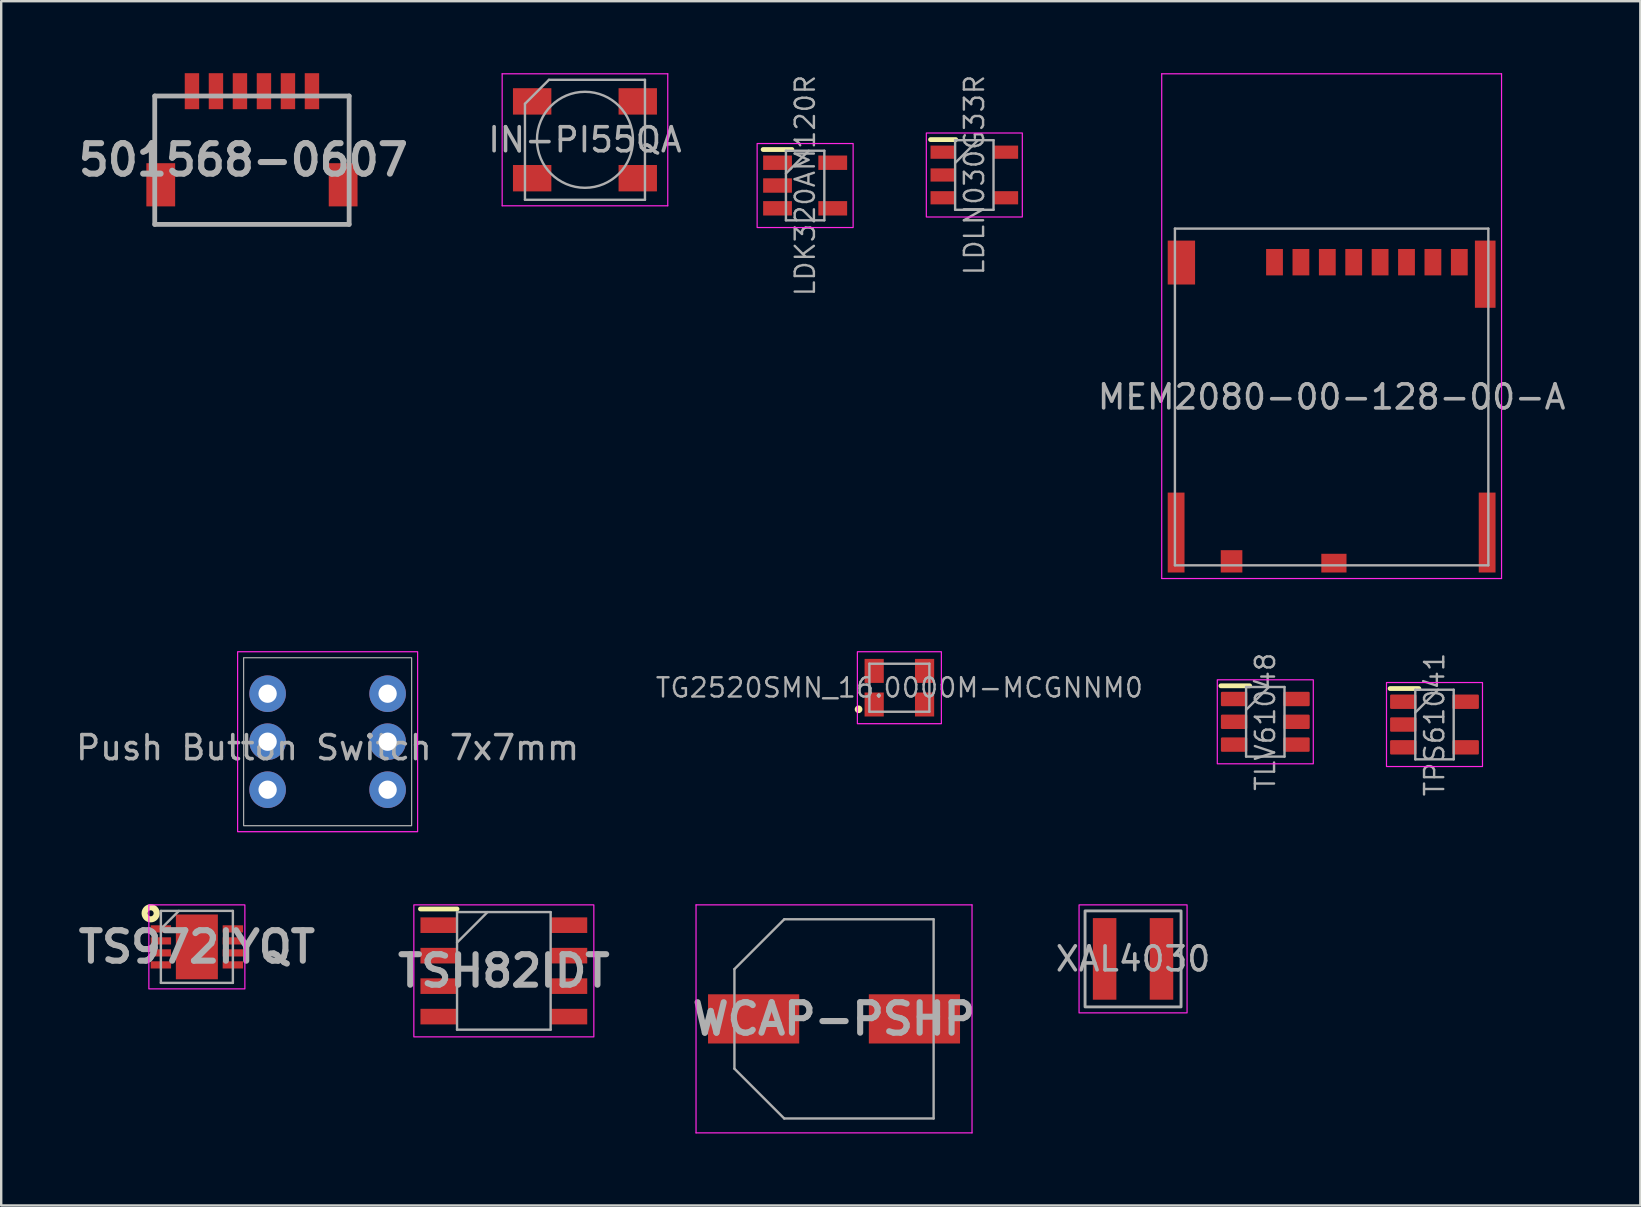
<source format=kicad_pcb>
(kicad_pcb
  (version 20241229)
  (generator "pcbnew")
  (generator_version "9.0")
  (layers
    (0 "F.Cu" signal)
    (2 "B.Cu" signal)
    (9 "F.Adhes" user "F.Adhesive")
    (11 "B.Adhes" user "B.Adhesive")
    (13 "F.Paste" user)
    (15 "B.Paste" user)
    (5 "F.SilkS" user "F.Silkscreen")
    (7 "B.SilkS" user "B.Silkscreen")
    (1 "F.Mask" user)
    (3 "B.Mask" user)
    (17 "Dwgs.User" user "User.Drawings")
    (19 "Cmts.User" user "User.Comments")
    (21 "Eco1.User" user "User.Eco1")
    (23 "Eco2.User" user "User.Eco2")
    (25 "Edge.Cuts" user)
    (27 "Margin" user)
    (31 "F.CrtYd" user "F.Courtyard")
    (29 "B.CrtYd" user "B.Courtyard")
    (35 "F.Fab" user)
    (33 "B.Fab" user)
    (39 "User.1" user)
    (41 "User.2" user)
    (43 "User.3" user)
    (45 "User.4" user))
  (footprint "LDK320AM120R"
    (layer "F.Cu")
    (at 30.498 4.68)
    (property "Reference" "LDK320AM120R" (at 0 0 90) (layer "F.Fab") (effects (font (size 0.8 0.8) (thickness 0.1))))
    (attr smd)
    (fp_line (start -1.75 -1.5) (end -0.55 -1.5) (stroke (width 0.2) (type solid)) (layer "F.SilkS"))
    (fp_rect (start -2 -1.75) (end 2 1.75) (stroke (width 0.05) (type default)) (fill no) (layer "F.CrtYd"))
    (fp_line (start -0.8 -1.45) (end 0.8 -1.45) (stroke (width 0.1) (type solid)) (layer "F.Fab"))
    (fp_line (start -0.8 -0.5) (end 0.15 -1.45) (stroke (width 0.1) (type solid)) (layer "F.Fab"))
    (fp_line (start -0.8 1.45) (end -0.8 -1.45) (stroke (width 0.1) (type solid)) (layer "F.Fab"))
    (fp_line (start 0.8 -1.45) (end 0.8 1.45) (stroke (width 0.1) (type solid)) (layer "F.Fab"))
    (fp_line (start 0.8 1.45) (end -0.8 1.45) (stroke (width 0.1) (type solid)) (layer "F.Fab"))
    (pad "" smd rect (at 1.15 0.95 90) (size 0.6 1.2) (layers "F.Cu" "F.Mask" "F.Paste"))
    (pad "1" smd rect (at -1.15 -0.95 90) (size 0.6 1.2) (layers "F.Cu" "F.Mask" "F.Paste"))
    (pad "2" smd rect (at -1.15 0 90) (size 0.6 1.2) (layers "F.Cu" "F.Mask" "F.Paste"))
    (pad "3" smd rect (at -1.15 0.95 90) (size 0.6 1.2) (layers "F.Cu" "F.Mask" "F.Paste"))
    (pad "5" smd rect (at 1.15 -0.95 90) (size 0.6 1.2) (layers "F.Cu" "F.Mask" "F.Paste")))
  (footprint "TSH82IDT"
    (layer "F.Cu")
    (at 17.944 37.405)
    (property "Reference" "TSH82IDT" (at 0 0 0) (layer "F.Fab") (effects (font (size 1.27 1.27) (thickness 0.254))))
    (attr smd)
    (fp_line (start -3.475 -2.58) (end -1.95 -2.58) (stroke (width 0.2) (type solid)) (layer "F.SilkS"))
    (fp_rect (start -3.75 -2.75) (end 3.75 2.75) (stroke (width 0.05) (type solid)) (fill no) (layer "F.CrtYd"))
    (fp_line (start -1.95 -2.45) (end 1.95 -2.45) (stroke (width 0.1) (type solid)) (layer "F.Fab"))
    (fp_line (start -1.95 -1.18) (end -0.68 -2.45) (stroke (width 0.1) (type solid)) (layer "F.Fab"))
    (fp_line (start -1.95 2.45) (end -1.95 -2.45) (stroke (width 0.1) (type solid)) (layer "F.Fab"))
    (fp_line (start 1.95 -2.45) (end 1.95 2.45) (stroke (width 0.1) (type solid)) (layer "F.Fab"))
    (fp_line (start 1.95 2.45) (end -1.95 2.45) (stroke (width 0.1) (type solid)) (layer "F.Fab"))
    (pad "1" smd rect (at -2.712 -1.905 90) (size 0.65 1.525) (layers "F.Cu" "F.Mask" "F.Paste"))
    (pad "2" smd rect (at -2.712 -0.635 90) (size 0.65 1.525) (layers "F.Cu" "F.Mask" "F.Paste"))
    (pad "3" smd rect (at -2.712 0.635 90) (size 0.65 1.525) (layers "F.Cu" "F.Mask" "F.Paste"))
    (pad "4" smd rect (at -2.712 1.905 90) (size 0.65 1.525) (layers "F.Cu" "F.Mask" "F.Paste"))
    (pad "5" smd rect (at 2.712 1.905 90) (size 0.65 1.525) (layers "F.Cu" "F.Mask" "F.Paste"))
    (pad "6" smd rect (at 2.712 0.635 90) (size 0.65 1.525) (layers "F.Cu" "F.Mask" "F.Paste"))
    (pad "7" smd rect (at 2.712 -0.635 90) (size 0.65 1.525) (layers "F.Cu" "F.Mask" "F.Paste"))
    (pad "8" smd rect (at 2.712 -1.905 90) (size 0.65 1.525) (layers "F.Cu" "F.Mask" "F.Paste")))
  (footprint "TG2520SMN_16.0000M-MCGNNM0"
    (layer "F.Cu")
    (at 34.425 25.605)
    (property "Reference" "TG2520SMN_16.0000M-MCGNNM0" (at 0 0 0) (layer "F.Fab") (effects (font (size 0.8 0.8) (thickness 0.1))))
    (attr smd)
    (fp_circle (center -1.7 0.9) (end -1.6 0.9) (stroke (width 0.12) (type solid)) (fill yes) (layer "F.SilkS"))
    (fp_rect (start -1.75 -1.5) (end 1.75 1.5) (stroke (width 0.05) (type default)) (fill no) (layer "F.CrtYd"))
    (fp_line (start -1.25 -1) (end 1.25 -1) (stroke (width 0.1) (type solid)) (layer "F.Fab"))
    (fp_line (start -1.25 1) (end -1.25 -1) (stroke (width 0.1) (type solid)) (layer "F.Fab"))
    (fp_line (start 1.25 -1) (end 1.25 1) (stroke (width 0.1) (type solid)) (layer "F.Fab"))
    (fp_line (start 1.25 1) (end -1.25 1) (stroke (width 0.1) (type solid)) (layer "F.Fab"))
    (pad "1" smd rect (at -1.05 0.7) (size 0.8 1) (layers "F.Cu" "F.Mask" "F.Paste"))
    (pad "2" smd rect (at 1.05 0.7) (size 0.8 1) (layers "F.Cu" "F.Mask" "F.Paste"))
    (pad "3" smd rect (at 1.05 -0.7) (size 0.8 1) (layers "F.Cu" "F.Mask" "F.Paste"))
    (pad "4" smd rect (at -1.05 -0.7) (size 0.8 1) (layers "F.Cu" "F.Mask" "F.Paste")))
  (footprint "Push Button Switch 7x7mm"
    (layer "F.Cu")
    (at 7.101 24.355)
    (property "Reference" "Push Button Switch 7x7mm" (at 3.5 3.75 0) (unlocked yes) (layer "F.Fab") (effects (font (size 1 1) (thickness 0.15))))
    (attr through_hole)
    (fp_rect (start -0.25 -0.25) (end 7.25 7.25) (stroke (width 0.05) (type default)) (fill no) (layer "F.CrtYd"))
    (fp_rect (start 0 0) (end 7 7) (stroke (width 0.05) (type default)) (fill no) (layer "F.Fab"))
    (pad "1" thru_hole circle (at 1 1.5) (size 1.524 1.524) (drill 0.762) (layers "*.Cu" "*.Mask"))
    (pad "1" thru_hole circle (at 6 1.5) (size 1.524 1.524) (drill 0.762) (layers "*.Cu" "*.Mask"))
    (pad "2" thru_hole circle (at 1 3.5) (size 1.524 1.524) (drill 0.762) (layers "*.Cu" "*.Mask"))
    (pad "2" thru_hole circle (at 6 3.5) (size 1.524 1.524) (drill 0.762) (layers "*.Cu" "*.Mask"))
    (pad "3" thru_hole circle (at 1 5.5) (size 1.524 1.524) (drill 0.762) (layers "*.Cu" "*.Mask"))
    (pad "3" thru_hole circle (at 6 5.5) (size 1.524 1.524) (drill 0.762) (layers "*.Cu" "*.Mask")))
  (footprint "TPS61041"
    (layer "F.Cu")
    (at 56.722 27.14)
    (property "Reference" "TPS61041" (at 0 0 90) (layer "F.Fab") (effects (font (size 0.8 0.8) (thickness 0.1))))
    (attr smd)
    (fp_line (start -1.85 -1.5) (end -0.65 -1.5) (stroke (width 0.2) (type solid)) (layer "F.SilkS"))
    (fp_rect (start -2 -1.75) (end 2 1.75) (stroke (width 0.05) (type default)) (fill no) (layer "F.CrtYd"))
    (fp_line (start -0.8 -1.45) (end 0.8 -1.45) (stroke (width 0.1) (type solid)) (layer "F.Fab"))
    (fp_line (start -0.8 -0.5) (end 0.15 -1.45) (stroke (width 0.1) (type solid)) (layer "F.Fab"))
    (fp_line (start -0.8 1.45) (end -0.8 -1.45) (stroke (width 0.1) (type solid)) (layer "F.Fab"))
    (fp_line (start 0.8 -1.45) (end 0.8 1.45) (stroke (width 0.1) (type solid)) (layer "F.Fab"))
    (fp_line (start 0.8 1.45) (end -0.8 1.45) (stroke (width 0.1) (type solid)) (layer "F.Fab"))
    (pad "1" smd roundrect (at -1.3 -0.95 90) (size 0.6 1.1) (layers "F.Cu" "F.Mask" "F.Paste") (roundrect_rratio 0.083))
    (pad "2" smd roundrect (at -1.3 0 90) (size 0.6 1.1) (layers "F.Cu" "F.Mask" "F.Paste") (roundrect_rratio 0.083))
    (pad "3" smd roundrect (at -1.3 0.95 90) (size 0.6 1.1) (layers "F.Cu" "F.Mask" "F.Paste") (roundrect_rratio 0.083))
    (pad "4" smd roundrect (at 1.3 0.95 90) (size 0.6 1.1) (layers "F.Cu" "F.Mask" "F.Paste") (roundrect_rratio 0.083))
    (pad "5" smd roundrect (at 1.3 -0.95 90) (size 0.6 1.1) (layers "F.Cu" "F.Mask" "F.Paste") (roundrect_rratio 0.083)))
  (footprint "LDLN030G33R"
    (layer "F.Cu")
    (at 37.548 4.241)
    (property "Reference" "LDLN030G33R" (at 0 0 90) (layer "F.Fab") (effects (font (size 0.8 0.8) (thickness 0.1))))
    (attr smd)
    (fp_line (start -1.825 -1.475) (end -0.775 -1.475) (stroke (width 0.2) (type solid)) (layer "F.SilkS"))
    (fp_rect (start -2 -1.75) (end 2 1.75) (stroke (width 0.05) (type default)) (fill no) (layer "F.CrtYd"))
    (fp_line (start -0.8 -1.45) (end 0.8 -1.45) (stroke (width 0.1) (type solid)) (layer "F.Fab"))
    (fp_line (start -0.8 -0.5) (end 0.15 -1.45) (stroke (width 0.1) (type solid)) (layer "F.Fab"))
    (fp_line (start -0.8 1.45) (end -0.8 -1.45) (stroke (width 0.1) (type solid)) (layer "F.Fab"))
    (fp_line (start 0.8 -1.45) (end 0.8 1.45) (stroke (width 0.1) (type solid)) (layer "F.Fab"))
    (fp_line (start 0.8 1.45) (end -0.8 1.45) (stroke (width 0.1) (type solid)) (layer "F.Fab"))
    (pad "1" smd rect (at -1.3 -0.95 90) (size 0.55 1.05) (layers "F.Cu" "F.Mask" "F.Paste"))
    (pad "2" smd rect (at -1.3 0 90) (size 0.55 1.05) (layers "F.Cu" "F.Mask" "F.Paste"))
    (pad "3" smd rect (at -1.3 0.95 90) (size 0.55 1.05) (layers "F.Cu" "F.Mask" "F.Paste"))
    (pad "4" smd rect (at 1.3 0.95 90) (size 0.55 1.05) (layers "F.Cu" "F.Mask" "F.Paste"))
    (pad "5" smd rect (at 1.3 -0.95 90) (size 0.55 1.05) (layers "F.Cu" "F.Mask" "F.Paste")))
  (footprint "TS972IYQT"
    (layer "F.Cu")
    (at 5.153 36.405)
    (property "Reference" "TS972IYQT" (at 0 0 0) (layer "F.Fab") (effects (font (size 1.27 1.27) (thickness 0.254))))
    (attr smd)
    (fp_circle (center -1.925 -1.4) (end -1.8 -1.4) (stroke (width 0.254) (type solid)) (fill no) (layer "F.SilkS"))
    (fp_rect (start -2 -1.75) (end 2 1.75) (stroke (width 0.05) (type default)) (fill no) (layer "F.CrtYd"))
    (fp_line (start -1.5 -1.5) (end 1.5 -1.5) (stroke (width 0.1) (type solid)) (layer "F.Fab"))
    (fp_line (start -1.5 -0.75) (end -0.75 -1.5) (stroke (width 0.1) (type solid)) (layer "F.Fab"))
    (fp_line (start -1.5 1.5) (end -1.5 -1.5) (stroke (width 0.1) (type solid)) (layer "F.Fab"))
    (fp_line (start 1.5 -1.5) (end 1.5 1.5) (stroke (width 0.1) (type solid)) (layer "F.Fab"))
    (fp_line (start 1.5 1.5) (end -1.5 1.5) (stroke (width 0.1) (type solid)) (layer "F.Fab"))
    (pad "1" smd rect (at -1.5 -0.75 90) (size 0.3 0.85) (layers "F.Cu" "F.Mask" "F.Paste"))
    (pad "2" smd rect (at -1.5 -0.25 90) (size 0.3 0.85) (layers "F.Cu" "F.Mask" "F.Paste"))
    (pad "3" smd rect (at -1.5 0.25 90) (size 0.3 0.85) (layers "F.Cu" "F.Mask" "F.Paste"))
    (pad "4" smd rect (at -1.5 0.75 90) (size 0.3 0.85) (layers "F.Cu" "F.Mask" "F.Paste"))
    (pad "5" smd rect (at 1.5 0.75 90) (size 0.3 0.85) (layers "F.Cu" "F.Mask" "F.Paste"))
    (pad "6" smd rect (at 1.5 0.25 90) (size 0.3 0.85) (layers "F.Cu" "F.Mask" "F.Paste"))
    (pad "7" smd rect (at 1.5 -0.25 90) (size 0.3 0.85) (layers "F.Cu" "F.Mask" "F.Paste"))
    (pad "8" smd rect (at 1.5 -0.75 90) (size 0.3 0.85) (layers "F.Cu" "F.Mask" "F.Paste"))
    (pad "9" smd rect (at 0 0) (size 1.75 2.7) (layers "F.Cu" "F.Mask" "F.Paste")))
  (footprint "501568-0607"
    (layer "F.Cu")
    (at 7.448 0.95)
    (property "Reference" "501568-0607" (at -0.36 2.661 0) (layer "F.Fab") (effects (font (size 1.27 1.27) (thickness 0.254))))
    (attr smd)
    (fp_line (start -4.05 0) (end 4.05 0) (stroke (width 0.2) (type solid)) (layer "F.Fab"))
    (fp_line (start -4.05 5.35) (end -4.05 0) (stroke (width 0.2) (type solid)) (layer "F.Fab"))
    (fp_line (start 4.05 0) (end 4.05 5.35) (stroke (width 0.2) (type solid)) (layer "F.Fab"))
    (fp_line (start 4.05 5.35) (end -4.05 5.35) (stroke (width 0.2) (type solid)) (layer "F.Fab"))
    (pad "1" smd rect (at -2.5 -0.2) (size 0.6 1.5) (layers "F.Cu" "F.Mask" "F.Paste"))
    (pad "2" smd rect (at -1.5 -0.2) (size 0.6 1.5) (layers "F.Cu" "F.Mask" "F.Paste"))
    (pad "3" smd rect (at -0.5 -0.2) (size 0.6 1.5) (layers "F.Cu" "F.Mask" "F.Paste"))
    (pad "4" smd rect (at 0.5 -0.2) (size 0.6 1.5) (layers "F.Cu" "F.Mask" "F.Paste"))
    (pad "5" smd rect (at 1.5 -0.2) (size 0.6 1.5) (layers "F.Cu" "F.Mask" "F.Paste"))
    (pad "6" smd rect (at 2.5 -0.2) (size 0.6 1.5) (layers "F.Cu" "F.Mask" "F.Paste"))
    (pad "7" smd rect (at -3.8 3.7) (size 1.2 1.8) (layers "F.Cu" "F.Mask" "F.Paste"))
    (pad "8" smd rect (at 3.8 3.7) (size 1.2 1.8) (layers "F.Cu" "F.Mask" "F.Paste")))
  (footprint "MEM2080-00-128-00-A"
    (layer "F.Cu")
    (at 52.436 13.49)
    (property "Reference" "MEM2080-00-128-00-A" (at 0 0 0) (layer "F.Fab") (effects (font (size 1 1) (thickness 0.15))))
    (attr through_hole)
    (fp_line (start -7.08 -13.465) (end -7.08 7.565) (stroke (width 0.05) (type solid)) (layer "F.CrtYd"))
    (fp_line (start -7.08 7.565) (end 7.08 7.565) (stroke (width 0.05) (type solid)) (layer "F.CrtYd"))
    (fp_line (start 7.08 -13.465) (end -7.08 -13.465) (stroke (width 0.05) (type solid)) (layer "F.CrtYd"))
    (fp_line (start 7.08 7.565) (end 7.08 -13.465) (stroke (width 0.05) (type solid)) (layer "F.CrtYd"))
    (fp_line (start -6.53 -7.015) (end 6.53 -7.015) (stroke (width 0.1) (type solid)) (layer "F.Fab"))
    (fp_line (start -6.53 7.015) (end -6.53 -7.015) (stroke (width 0.1) (type solid)) (layer "F.Fab"))
    (fp_line (start 6.53 -7.015) (end 6.53 7.015) (stroke (width 0.1) (type solid)) (layer "F.Fab"))
    (fp_line (start 6.53 7.015) (end -6.53 7.015) (stroke (width 0.1) (type solid)) (layer "F.Fab"))
    (pad "" smd rect (at -6.48 5.65) (size 0.7 3.33) (layers "F.Cu" "F.Mask" "F.Paste"))
    (pad "" smd rect (at -6.26 -5.6) (size 1.14 1.83) (layers "F.Cu" "F.Mask" "F.Paste"))
    (pad "" smd rect (at 6.4 -5.115) (size 0.86 2.8) (layers "F.Cu" "F.Mask" "F.Paste"))
    (pad "" smd rect (at 6.48 5.65) (size 0.7 3.33) (layers "F.Cu" "F.Mask" "F.Paste"))
    (pad "DSW1" smd rect (at -4.17 6.85) (size 0.9 0.93) (layers "F.Cu" "F.Mask" "F.Paste"))
    (pad "DSW2" smd rect (at 0.095 6.925) (size 1.05 0.78) (layers "F.Cu" "F.Mask" "F.Paste"))
    (pad "P1" smd rect (at -2.38 -5.615) (size 0.7 1.1) (layers "F.Cu" "F.Mask" "F.Paste"))
    (pad "P2" smd rect (at -1.28 -5.615) (size 0.7 1.1) (layers "F.Cu" "F.Mask" "F.Paste"))
    (pad "P3" smd rect (at -0.18 -5.615) (size 0.7 1.1) (layers "F.Cu" "F.Mask" "F.Paste"))
    (pad "P4" smd rect (at 0.92 -5.615) (size 0.7 1.1) (layers "F.Cu" "F.Mask" "F.Paste"))
    (pad "P5" smd rect (at 2.02 -5.615) (size 0.7 1.1) (layers "F.Cu" "F.Mask" "F.Paste"))
    (pad "P6" smd rect (at 3.12 -5.615) (size 0.7 1.1) (layers "F.Cu" "F.Mask" "F.Paste"))
    (pad "P7" smd rect (at 4.22 -5.615) (size 0.7 1.1) (layers "F.Cu" "F.Mask" "F.Paste"))
    (pad "P8" smd rect (at 5.32 -5.615) (size 0.7 1.1) (layers "F.Cu" "F.Mask" "F.Paste"))
    (zone (net_name "") (layer "F.Cu") (hatch full 0.508) (connect_pads) (min_thickness 0.01) (filled_areas_thickness no) (keepout (tracks not_allowed) (vias not_allowed) (pads not_allowed) (copperpour not_allowed) (footprints allowed)) (placement (enabled no)) (fill) (polygon (pts (xy 54.406 17.475) (xy 49.406 17.475) (xy 49.406 12.025) (xy 58.406 12.025) (xy 58.406 19.875) (xy 54.406 19.875))))
    (zone (net_name "") (layers "F.Cu" "B.Cu") (hatch full 0.508) (connect_pads) (min_thickness 0.01) (filled_areas_thickness no) (keepout (tracks allowed) (vias not_allowed) (pads allowed) (copperpour allowed) (footprints allowed)) (placement (enabled no)) (fill) (polygon (pts (xy 54.406 17.475) (xy 49.406 17.475) (xy 49.406 12.025) (xy 58.406 12.025) (xy 58.406 19.875) (xy 54.406 19.875)))))
  (footprint "TLV61048"
    (layer "F.Cu")
    (at 49.672 27.026)
    (property "Reference" "TLV61048" (at 0 0 90) (layer "F.Fab") (effects (font (size 0.8 0.8) (thickness 0.1))))
    (attr smd)
    (fp_line (start -1.85 -1.5) (end -0.65 -1.5) (stroke (width 0.2) (type solid)) (layer "F.SilkS"))
    (fp_rect (start -2 -1.75) (end 2 1.75) (stroke (width 0.05) (type default)) (fill no) (layer "F.CrtYd"))
    (fp_line (start -0.8 -1.45) (end 0.8 -1.45) (stroke (width 0.1) (type solid)) (layer "F.Fab"))
    (fp_line (start -0.8 -0.5) (end 0.15 -1.45) (stroke (width 0.1) (type solid)) (layer "F.Fab"))
    (fp_line (start -0.8 1.45) (end -0.8 -1.45) (stroke (width 0.1) (type solid)) (layer "F.Fab"))
    (fp_line (start 0.8 -1.45) (end 0.8 1.45) (stroke (width 0.1) (type solid)) (layer "F.Fab"))
    (fp_line (start 0.8 1.45) (end -0.8 1.45) (stroke (width 0.1) (type solid)) (layer "F.Fab"))
    (pad "1" smd roundrect (at -1.3 -0.95 90) (size 0.6 1.1) (layers "F.Cu" "F.Mask" "F.Paste") (roundrect_rratio 0.083))
    (pad "2" smd roundrect (at -1.3 0 90) (size 0.6 1.1) (layers "F.Cu" "F.Mask" "F.Paste") (roundrect_rratio 0.083))
    (pad "3" smd roundrect (at -1.3 0.95 90) (size 0.6 1.1) (layers "F.Cu" "F.Mask" "F.Paste") (roundrect_rratio 0.083))
    (pad "4" smd roundrect (at 1.3 0.95 90) (size 0.6 1.1) (layers "F.Cu" "F.Mask" "F.Paste") (roundrect_rratio 0.083))
    (pad "5" smd roundrect (at 1.3 0 90) (size 0.6 1.1) (layers "F.Cu" "F.Mask" "F.Paste") (roundrect_rratio 0.083))
    (pad "6" smd roundrect (at 1.3 -0.95 90) (size 0.6 1.1) (layers "F.Cu" "F.Mask" "F.Paste") (roundrect_rratio 0.083)))
  (footprint "XAL4030"
    (layer "F.Cu")
    (at 44.162 36.905)
    (property "Reference" "XAL4030" (at 0 0 0) (unlocked yes) (layer "F.Fab") (effects (font (size 1 1) (thickness 0.15))))
    (attr smd)
    (fp_rect (start -2.25 -2.25) (end 2.25 2.25) (stroke (width 0.05) (type default)) (fill no) (layer "F.CrtYd"))
    (fp_rect (start -2 -2) (end 2 2) (stroke (width 0.12) (type default)) (fill no) (layer "F.Fab"))
    (pad "1" smd rect (at -1.185 0) (size 0.98 3.4) (layers "F.Cu" "F.Mask" "F.Paste"))
    (pad "2" smd rect (at 1.185 0) (size 0.98 3.4) (layers "F.Cu" "F.Mask" "F.Paste")))
  (footprint "WCAP-PSHP"
    (layer "F.Cu")
    (at 31.702 39.405)
    (property "Reference" "WCAP-PSHP" (at 0 0 0) (layer "F.Fab") (effects (font (size 1.27 1.27) (thickness 0.254))))
    (attr smd)
    (fp_line (start -5.75 -4.75) (end 5.75 -4.75) (stroke (width 0.05) (type solid)) (layer "F.CrtYd"))
    (fp_line (start -5.75 4.75) (end -5.75 -4.75) (stroke (width 0.05) (type solid)) (layer "F.CrtYd"))
    (fp_line (start 5.75 -4.75) (end 5.75 4.75) (stroke (width 0.05) (type solid)) (layer "F.CrtYd"))
    (fp_line (start 5.75 4.75) (end -5.75 4.75) (stroke (width 0.05) (type solid)) (layer "F.CrtYd"))
    (fp_line (start -4.15 -2.075) (end -4.15 2.075) (stroke (width 0.1) (type solid)) (layer "F.Fab"))
    (fp_line (start -4.15 2.075) (end -2.075 4.15) (stroke (width 0.1) (type solid)) (layer "F.Fab"))
    (fp_line (start -2.075 -4.15) (end -4.15 -2.075) (stroke (width 0.1) (type solid)) (layer "F.Fab"))
    (fp_line (start -2.075 4.15) (end 4.15 4.15) (stroke (width 0.1) (type solid)) (layer "F.Fab"))
    (fp_line (start 4.15 -4.15) (end -2.075 -4.15) (stroke (width 0.1) (type solid)) (layer "F.Fab"))
    (fp_line (start 4.15 4.15) (end 4.15 -4.15) (stroke (width 0.1) (type solid)) (layer "F.Fab"))
    (pad "1" smd rect (at -3.35 0 90) (size 2.05 3.8) (layers "F.Cu" "F.Mask" "F.Paste"))
    (pad "2" smd rect (at 3.35 0 90) (size 2.05 3.8) (layers "F.Cu" "F.Mask" "F.Paste")))
  (footprint "IN-PI55QA"
    (layer "F.Cu")
    (at 21.324 2.775)
    (property "Reference" "IN-PI55QA" (at 0 0 0) (layer "F.Fab") (effects (font (size 1 1) (thickness 0.15))))
    (attr smd)
    (fp_line (start -3.45 -2.75) (end -3.45 2.75) (stroke (width 0.05) (type solid)) (layer "F.CrtYd"))
    (fp_line (start -3.45 2.75) (end 3.45 2.75) (stroke (width 0.05) (type solid)) (layer "F.CrtYd"))
    (fp_line (start 3.45 -2.75) (end -3.45 -2.75) (stroke (width 0.05) (type solid)) (layer "F.CrtYd"))
    (fp_line (start 3.45 2.75) (end 3.45 -2.75) (stroke (width 0.05) (type solid)) (layer "F.CrtYd"))
    (fp_line (start -2.5 -1.5) (end -2.5 2.5) (stroke (width 0.1) (type solid)) (layer "F.Fab"))
    (fp_line (start -2.5 2.5) (end 2.5 2.5) (stroke (width 0.1) (type solid)) (layer "F.Fab"))
    (fp_line (start -1.5 -2.5) (end -2.5 -1.5) (stroke (width 0.1) (type solid)) (layer "F.Fab"))
    (fp_line (start 2.5 -2.5) (end -1.5 -2.5) (stroke (width 0.1) (type solid)) (layer "F.Fab"))
    (fp_line (start 2.5 2.5) (end 2.5 -2.5) (stroke (width 0.1) (type solid)) (layer "F.Fab"))
    (fp_circle (center 0 0) (end 0 -2) (stroke (width 0.1) (type solid)) (fill no) (layer "F.Fab"))
    (pad "1" smd rect (at -2.2 -1.6) (size 1.6 1.1) (layers "F.Cu" "F.Mask" "F.Paste"))
    (pad "2" smd rect (at -2.2 1.6) (size 1.6 1.1) (layers "F.Cu" "F.Mask" "F.Paste"))
    (pad "3" smd rect (at 2.2 1.6) (size 1.6 1.1) (layers "F.Cu" "F.Mask" "F.Paste"))
    (pad "4" smd rect (at 2.2 -1.6) (size 1.6 1.1) (layers "F.Cu" "F.Mask" "F.Paste")))
  (gr_rect
    (start -3 -3)
    (end 65.299 47.18)
    (stroke (width 0.1) (type default))
    (fill no)
    (layer "Edge.Cuts")))
</source>
